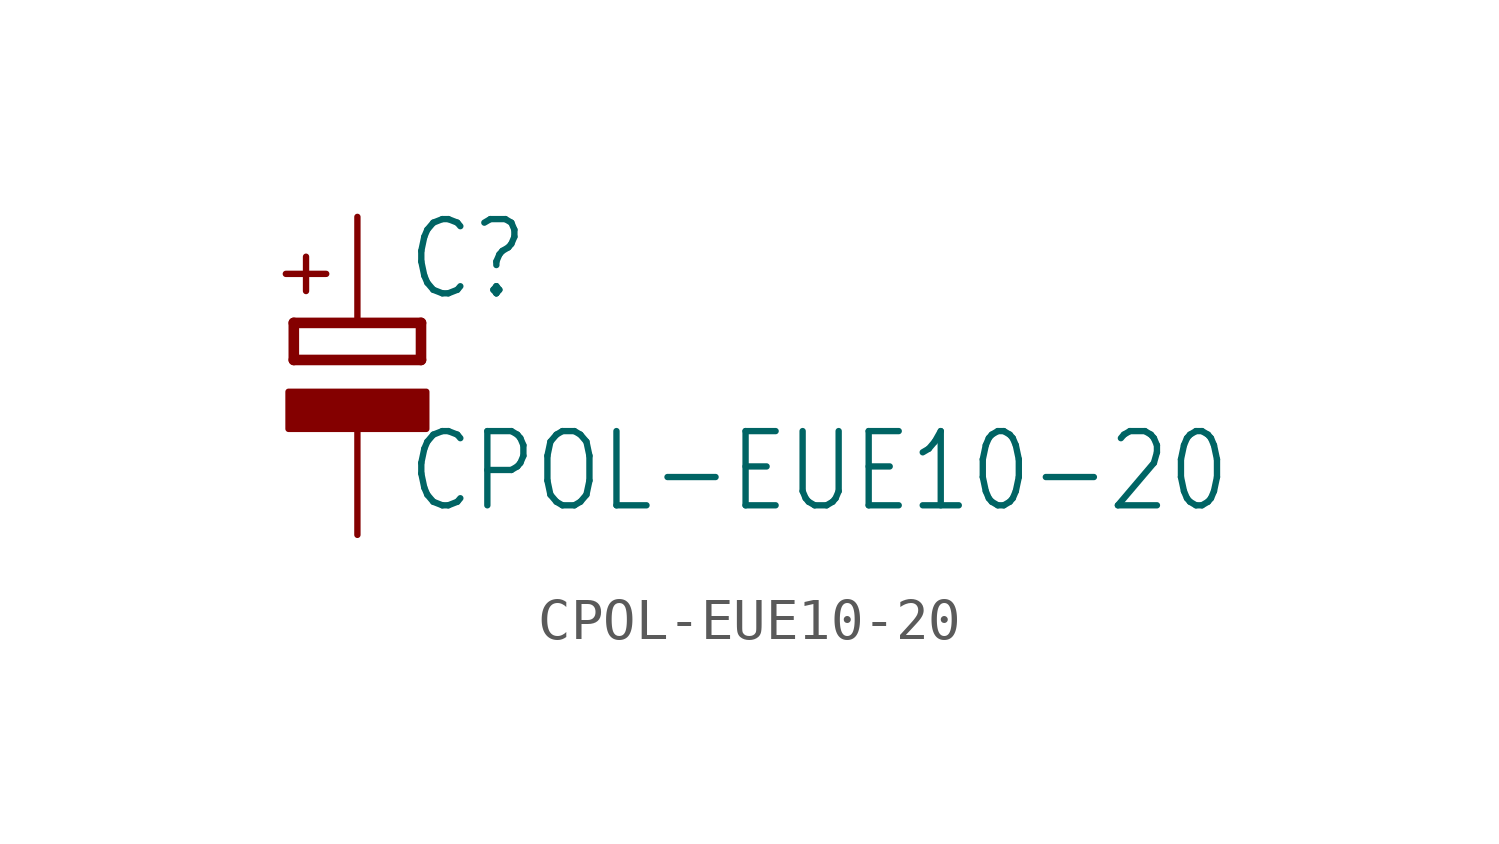
<source format=kicad_sym>
(kicad_symbol_lib
  (version 20211014)
  (generator kicad_symbol_editor)
  (symbol "CPOL-EUE10-20"
    (property "Reference" "C"
      (at 1.143 0.483 0)
      (effects (font (size 1.778 1.511)) (justify left bottom)))
    (property "Value" "CPOL-EUE10-20"
      (at 1.143 -4.597 0)
      (effects (font (size 1.778 1.511)) (justify left bottom)))
    (property "ki_locked" ""
      (at 0 0 0)
      (effects (font (size 1.27 1.27))))
    (symbol "CPOL-EUE10-20_1_0"
      (rectangle (start -1.651 -2.54) (end 1.651 -1.651) (stroke (width 0) (type default) (color 0 0 0 0)) (fill (type outline)))
      (polyline (pts (xy -1.524 -0.889) (xy 1.524 -0.889)) (stroke (width 0.254) (type default) (color 0 0 0 0)) (fill (type none)))
      (polyline (pts (xy -1.524 0) (xy -1.524 -0.889)) (stroke (width 0.254) (type default) (color 0 0 0 0)) (fill (type none)))
      (polyline (pts (xy -1.524 0) (xy 1.524 0)) (stroke (width 0.254) (type default) (color 0 0 0 0)) (fill (type none)))
      (polyline (pts (xy 1.524 -0.889) (xy 1.524 0)) (stroke (width 0.254) (type default) (color 0 0 0 0)) (fill (type none)))
      (text "+" (at -0.584 0.406 900) (effects (font (size 1.27 1.079)) (justify left bottom)))
      (pin passive line (at 0 2.54 270) (length 2.54) (name "+" (effects (font (size 0 0)))) (number "+" (effects (font (size 0 0)))))
      (pin passive line (at 0 -5.08 90) (length 2.54) (name "-" (effects (font (size 0 0)))) (number "-" (effects (font (size 0 0))))))))
</source>
